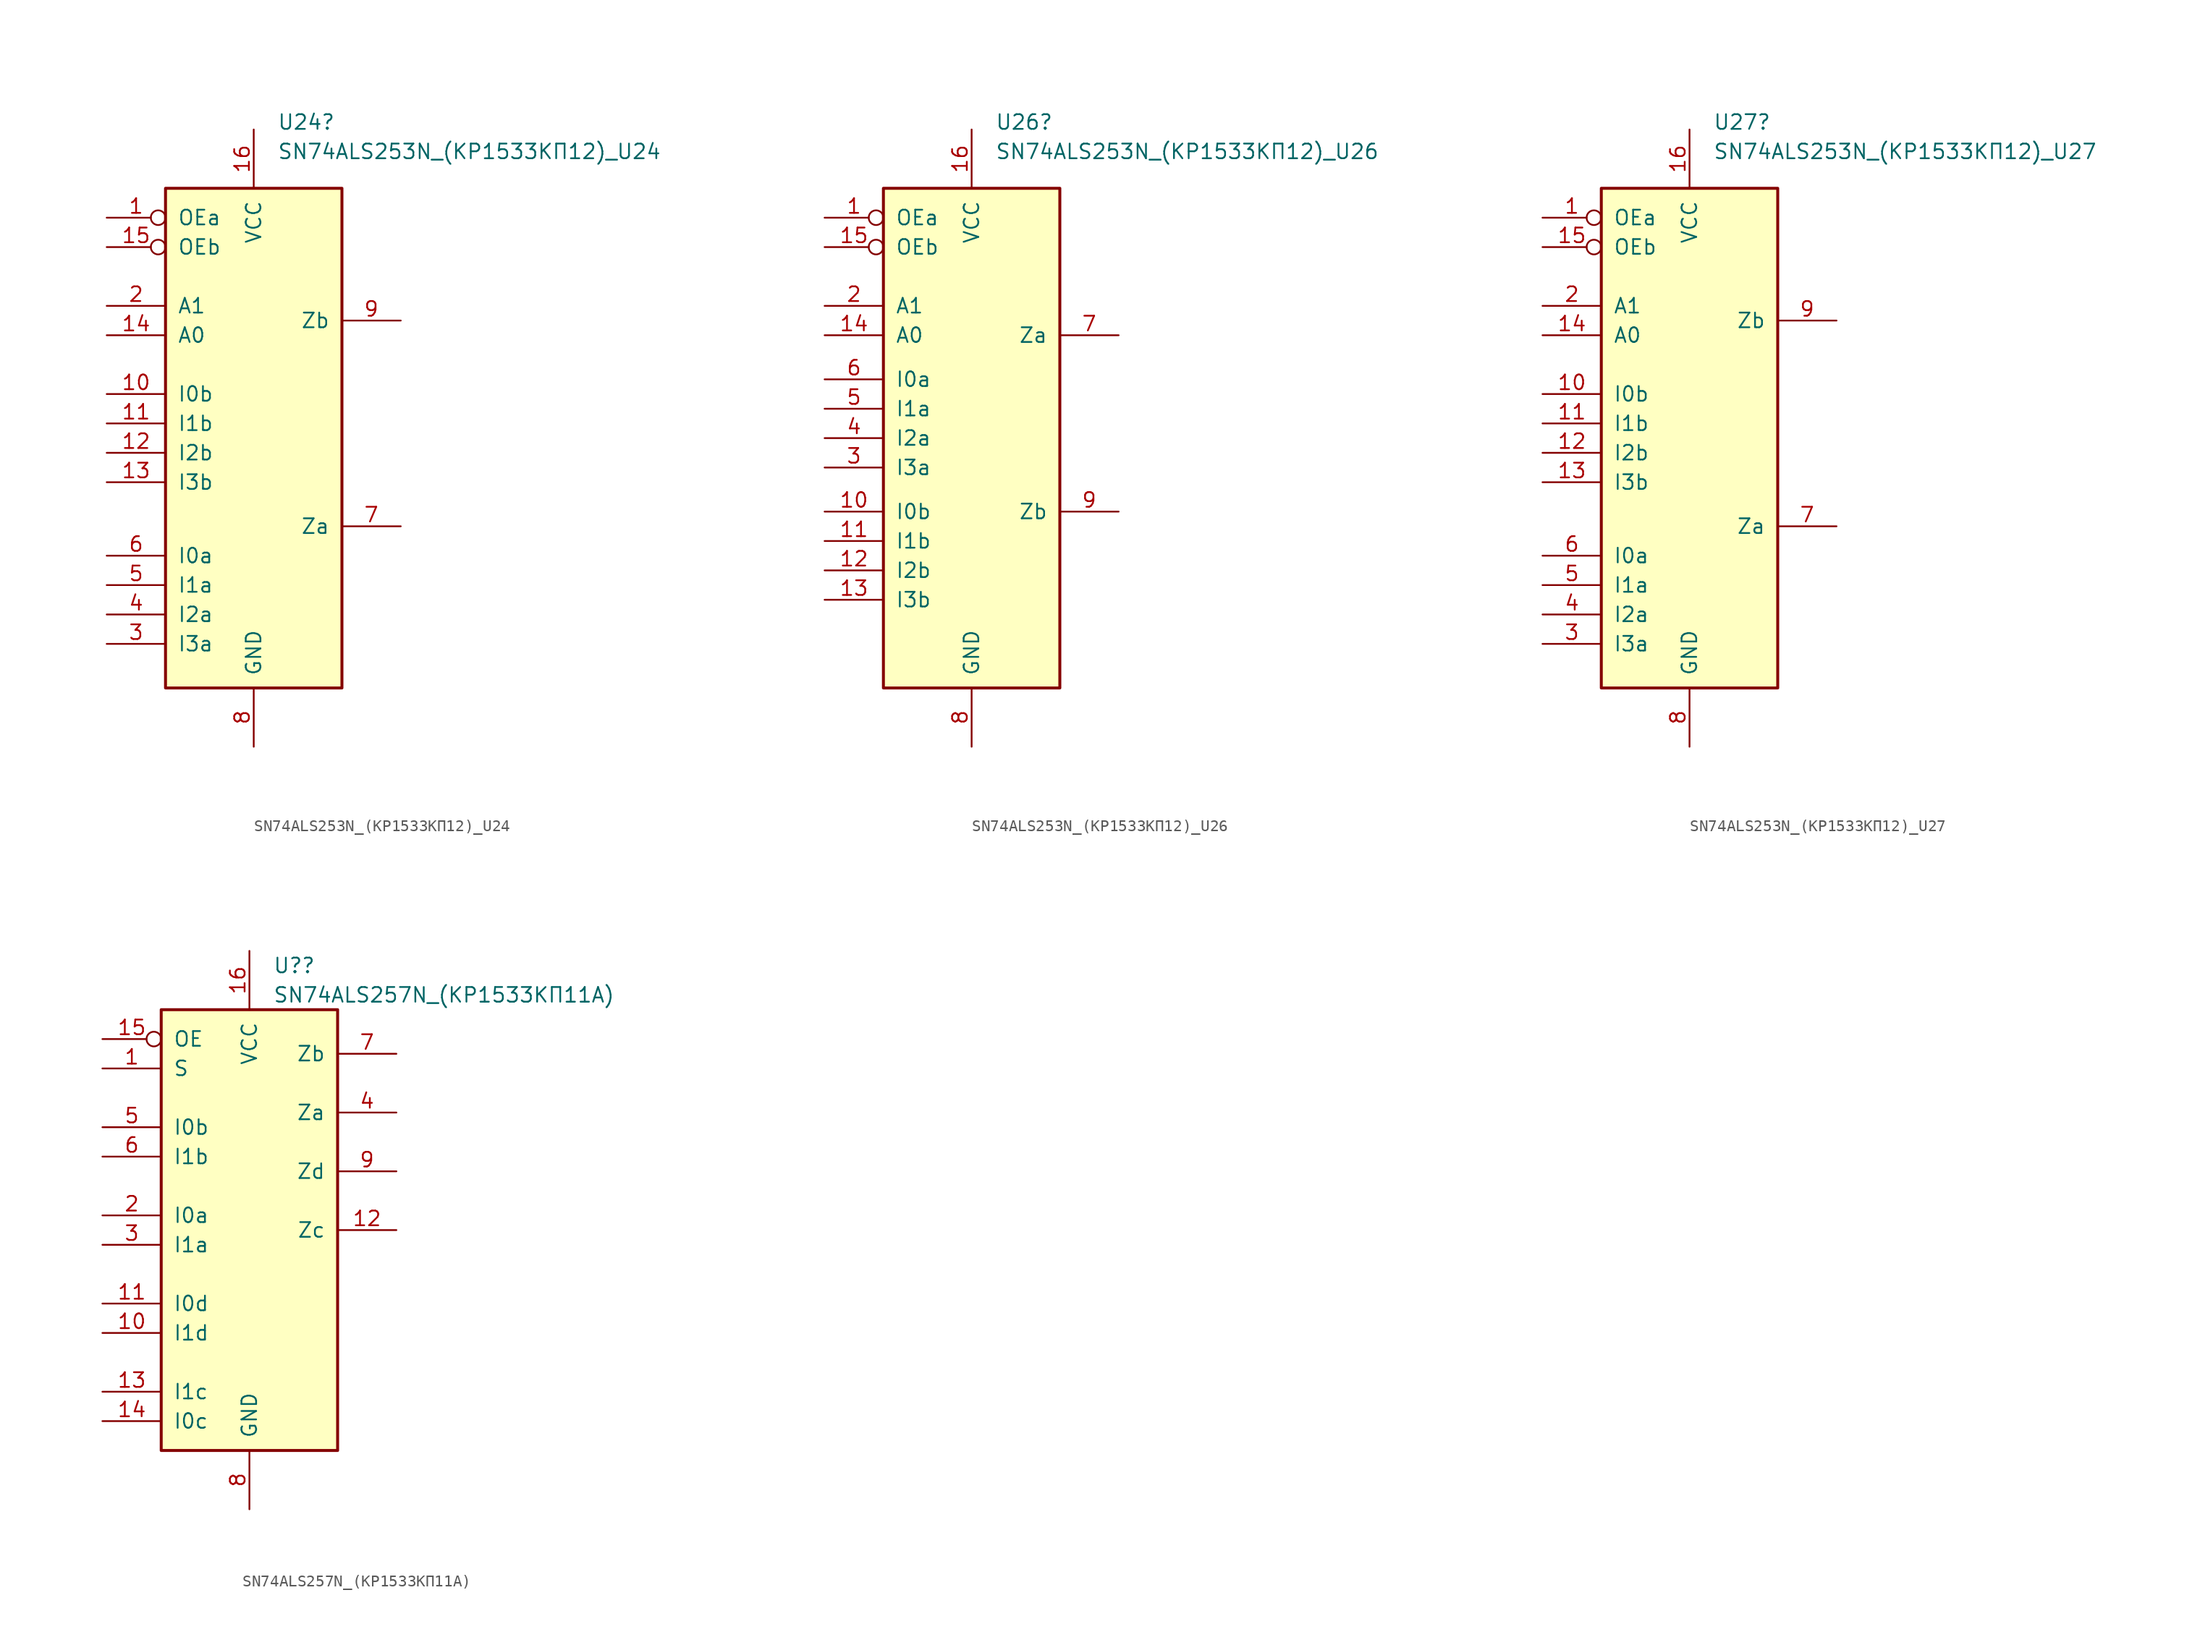
<source format=kicad_sym>
(kicad_symbol_lib
  (version 20211014)
  (generator kicad_symbol_editor)
  (symbol "SN74ALS253N_(КР1533КП12)_U24"
    (pin_names
      (offset 1.016))
    (property "Reference" "U24"
      (at 2.019 26.035 0)
      (effects (font (size 1.27 1.27)) (justify left)))
    (property "Value" "SN74ALS253N_(КР1533КП12)_U24"
      (at 2.019 23.495 0)
      (effects (font (size 1.27 1.27)) (justify left)))
    (property "ki_locked" ""
      (at 0 0 0)
      (effects (font (size 1.27 1.27))))
    (symbol "SN74ALS253N_(КР1533КП12)_U24_1_0"
      (pin input inverted (at -12.7 17.78 0) (length 5.08) (name "OEa" (effects (font (size 1.27 1.27)))) (number "1" (effects (font (size 1.27 1.27)))))
      (pin input line (at -12.7 2.54 0) (length 5.08) (name "I0b" (effects (font (size 1.27 1.27)))) (number "10" (effects (font (size 1.27 1.27)))))
      (pin input line (at -12.7 0 0) (length 5.08) (name "I1b" (effects (font (size 1.27 1.27)))) (number "11" (effects (font (size 1.27 1.27)))))
      (pin input line (at -12.7 -2.54 0) (length 5.08) (name "I2b" (effects (font (size 1.27 1.27)))) (number "12" (effects (font (size 1.27 1.27)))))
      (pin input line (at -12.7 -5.08 0) (length 5.08) (name "I3b" (effects (font (size 1.27 1.27)))) (number "13" (effects (font (size 1.27 1.27)))))
      (pin input line (at -12.7 7.62 0) (length 5.08) (name "A0" (effects (font (size 1.27 1.27)))) (number "14" (effects (font (size 1.27 1.27)))))
      (pin input inverted (at -12.7 15.24 0) (length 5.08) (name "OEb" (effects (font (size 1.27 1.27)))) (number "15" (effects (font (size 1.27 1.27)))))
      (pin power_in line (at 0 25.4 270) (length 5.08) (name "VCC" (effects (font (size 1.27 1.27)))) (number "16" (effects (font (size 1.27 1.27)))))
      (pin input line (at -12.7 10.16 0) (length 5.08) (name "A1" (effects (font (size 1.27 1.27)))) (number "2" (effects (font (size 1.27 1.27)))))
      (pin input line (at -12.7 -19.05 0) (length 5.08) (name "I3a" (effects (font (size 1.27 1.27)))) (number "3" (effects (font (size 1.27 1.27)))))
      (pin input line (at -12.7 -16.51 0) (length 5.08) (name "I2a" (effects (font (size 1.27 1.27)))) (number "4" (effects (font (size 1.27 1.27)))))
      (pin input line (at -12.7 -13.97 0) (length 5.08) (name "I1a" (effects (font (size 1.27 1.27)))) (number "5" (effects (font (size 1.27 1.27)))))
      (pin input line (at -12.7 -11.43 0) (length 5.08) (name "I0a" (effects (font (size 1.27 1.27)))) (number "6" (effects (font (size 1.27 1.27)))))
      (pin tri_state line (at 12.7 -8.89 180) (length 5.08) (name "Za" (effects (font (size 1.27 1.27)))) (number "7" (effects (font (size 1.27 1.27)))))
      (pin power_in line (at 0 -27.94 90) (length 5.08) (name "GND" (effects (font (size 1.27 1.27)))) (number "8" (effects (font (size 1.27 1.27)))))
      (pin tri_state line (at 12.7 8.89 180) (length 5.08) (name "Zb" (effects (font (size 1.27 1.27)))) (number "9" (effects (font (size 1.27 1.27))))))
    (symbol "SN74ALS253N_(КР1533КП12)_U24_1_1"
      (rectangle (start -7.62 20.32) (end 7.62 -22.86) (stroke (width 0.254) (type default) (color 0 0 0 0)) (fill (type background)))))
  (symbol "SN74ALS253N_(КР1533КП12)_U26"
    (pin_names
      (offset 1.016))
    (property "Reference" "U26"
      (at 2.019 26.035 0)
      (effects (font (size 1.27 1.27)) (justify left)))
    (property "Value" "SN74ALS253N_(КР1533КП12)_U26"
      (at 2.019 23.495 0)
      (effects (font (size 1.27 1.27)) (justify left)))
    (property "ki_locked" ""
      (at 0 0 0)
      (effects (font (size 1.27 1.27))))
    (symbol "SN74ALS253N_(КР1533КП12)_U26_1_0"
      (pin input inverted (at -12.7 17.78 0) (length 5.08) (name "OEa" (effects (font (size 1.27 1.27)))) (number "1" (effects (font (size 1.27 1.27)))))
      (pin input line (at -12.7 -7.62 0) (length 5.08) (name "I0b" (effects (font (size 1.27 1.27)))) (number "10" (effects (font (size 1.27 1.27)))))
      (pin input line (at -12.7 -10.16 0) (length 5.08) (name "I1b" (effects (font (size 1.27 1.27)))) (number "11" (effects (font (size 1.27 1.27)))))
      (pin input line (at -12.7 -12.7 0) (length 5.08) (name "I2b" (effects (font (size 1.27 1.27)))) (number "12" (effects (font (size 1.27 1.27)))))
      (pin input line (at -12.7 -15.24 0) (length 5.08) (name "I3b" (effects (font (size 1.27 1.27)))) (number "13" (effects (font (size 1.27 1.27)))))
      (pin input line (at -12.7 7.62 0) (length 5.08) (name "A0" (effects (font (size 1.27 1.27)))) (number "14" (effects (font (size 1.27 1.27)))))
      (pin input inverted (at -12.7 15.24 0) (length 5.08) (name "OEb" (effects (font (size 1.27 1.27)))) (number "15" (effects (font (size 1.27 1.27)))))
      (pin power_in line (at 0 25.4 270) (length 5.08) (name "VCC" (effects (font (size 1.27 1.27)))) (number "16" (effects (font (size 1.27 1.27)))))
      (pin input line (at -12.7 10.16 0) (length 5.08) (name "A1" (effects (font (size 1.27 1.27)))) (number "2" (effects (font (size 1.27 1.27)))))
      (pin input line (at -12.7 -3.81 0) (length 5.08) (name "I3a" (effects (font (size 1.27 1.27)))) (number "3" (effects (font (size 1.27 1.27)))))
      (pin input line (at -12.7 -1.27 0) (length 5.08) (name "I2a" (effects (font (size 1.27 1.27)))) (number "4" (effects (font (size 1.27 1.27)))))
      (pin input line (at -12.7 1.27 0) (length 5.08) (name "I1a" (effects (font (size 1.27 1.27)))) (number "5" (effects (font (size 1.27 1.27)))))
      (pin input line (at -12.7 3.81 0) (length 5.08) (name "I0a" (effects (font (size 1.27 1.27)))) (number "6" (effects (font (size 1.27 1.27)))))
      (pin tri_state line (at 12.7 7.62 180) (length 5.08) (name "Za" (effects (font (size 1.27 1.27)))) (number "7" (effects (font (size 1.27 1.27)))))
      (pin power_in line (at 0 -27.94 90) (length 5.08) (name "GND" (effects (font (size 1.27 1.27)))) (number "8" (effects (font (size 1.27 1.27)))))
      (pin tri_state line (at 12.7 -7.62 180) (length 5.08) (name "Zb" (effects (font (size 1.27 1.27)))) (number "9" (effects (font (size 1.27 1.27))))))
    (symbol "SN74ALS253N_(КР1533КП12)_U26_1_1"
      (rectangle (start -7.62 20.32) (end 7.62 -22.86) (stroke (width 0.254) (type default) (color 0 0 0 0)) (fill (type background)))))
  (symbol "SN74ALS253N_(КР1533КП12)_U27"
    (pin_names
      (offset 1.016))
    (property "Reference" "U27"
      (at 2.019 26.035 0)
      (effects (font (size 1.27 1.27)) (justify left)))
    (property "Value" "SN74ALS253N_(КР1533КП12)_U27"
      (at 2.019 23.495 0)
      (effects (font (size 1.27 1.27)) (justify left)))
    (property "ki_locked" ""
      (at 0 0 0)
      (effects (font (size 1.27 1.27))))
    (symbol "SN74ALS253N_(КР1533КП12)_U27_1_0"
      (pin input inverted (at -12.7 17.78 0) (length 5.08) (name "OEa" (effects (font (size 1.27 1.27)))) (number "1" (effects (font (size 1.27 1.27)))))
      (pin input line (at -12.7 2.54 0) (length 5.08) (name "I0b" (effects (font (size 1.27 1.27)))) (number "10" (effects (font (size 1.27 1.27)))))
      (pin input line (at -12.7 0 0) (length 5.08) (name "I1b" (effects (font (size 1.27 1.27)))) (number "11" (effects (font (size 1.27 1.27)))))
      (pin input line (at -12.7 -2.54 0) (length 5.08) (name "I2b" (effects (font (size 1.27 1.27)))) (number "12" (effects (font (size 1.27 1.27)))))
      (pin input line (at -12.7 -5.08 0) (length 5.08) (name "I3b" (effects (font (size 1.27 1.27)))) (number "13" (effects (font (size 1.27 1.27)))))
      (pin input line (at -12.7 7.62 0) (length 5.08) (name "A0" (effects (font (size 1.27 1.27)))) (number "14" (effects (font (size 1.27 1.27)))))
      (pin input inverted (at -12.7 15.24 0) (length 5.08) (name "OEb" (effects (font (size 1.27 1.27)))) (number "15" (effects (font (size 1.27 1.27)))))
      (pin power_in line (at 0 25.4 270) (length 5.08) (name "VCC" (effects (font (size 1.27 1.27)))) (number "16" (effects (font (size 1.27 1.27)))))
      (pin input line (at -12.7 10.16 0) (length 5.08) (name "A1" (effects (font (size 1.27 1.27)))) (number "2" (effects (font (size 1.27 1.27)))))
      (pin input line (at -12.7 -19.05 0) (length 5.08) (name "I3a" (effects (font (size 1.27 1.27)))) (number "3" (effects (font (size 1.27 1.27)))))
      (pin input line (at -12.7 -16.51 0) (length 5.08) (name "I2a" (effects (font (size 1.27 1.27)))) (number "4" (effects (font (size 1.27 1.27)))))
      (pin input line (at -12.7 -13.97 0) (length 5.08) (name "I1a" (effects (font (size 1.27 1.27)))) (number "5" (effects (font (size 1.27 1.27)))))
      (pin input line (at -12.7 -11.43 0) (length 5.08) (name "I0a" (effects (font (size 1.27 1.27)))) (number "6" (effects (font (size 1.27 1.27)))))
      (pin tri_state line (at 12.7 -8.89 180) (length 5.08) (name "Za" (effects (font (size 1.27 1.27)))) (number "7" (effects (font (size 1.27 1.27)))))
      (pin power_in line (at 0 -27.94 90) (length 5.08) (name "GND" (effects (font (size 1.27 1.27)))) (number "8" (effects (font (size 1.27 1.27)))))
      (pin tri_state line (at 12.7 8.89 180) (length 5.08) (name "Zb" (effects (font (size 1.27 1.27)))) (number "9" (effects (font (size 1.27 1.27))))))
    (symbol "SN74ALS253N_(КР1533КП12)_U27_1_1"
      (rectangle (start -7.62 20.32) (end 7.62 -22.86) (stroke (width 0.254) (type default) (color 0 0 0 0)) (fill (type background)))))
  (symbol "SN74ALS257N_(КР1533КП11А)"
    (pin_names
      (offset 1.016))
    (property "Reference" "U?"
      (at 2.019 21.59 0)
      (effects (font (size 1.27 1.27)) (justify left)))
    (property "Value" "SN74ALS257N_(КР1533КП11А)"
      (at 2.019 19.05 0)
      (effects (font (size 1.27 1.27)) (justify left)))
    (property "ki_locked" ""
      (at 0 0 0)
      (effects (font (size 1.27 1.27))))
    (symbol "SN74ALS257N_(КР1533КП11А)_1_0"
      (pin input line (at -12.7 12.7 0) (length 5.08) (name "S" (effects (font (size 1.27 1.27)))) (number "1" (effects (font (size 1.27 1.27)))))
      (pin input line (at -12.7 -10.16 0) (length 5.08) (name "I1d" (effects (font (size 1.27 1.27)))) (number "10" (effects (font (size 1.27 1.27)))))
      (pin input line (at -12.7 -7.62 0) (length 5.08) (name "I0d" (effects (font (size 1.27 1.27)))) (number "11" (effects (font (size 1.27 1.27)))))
      (pin tri_state line (at 12.7 -1.27 180) (length 5.08) (name "Zc" (effects (font (size 1.27 1.27)))) (number "12" (effects (font (size 1.27 1.27)))))
      (pin input line (at -12.7 -15.24 0) (length 5.08) (name "I1c" (effects (font (size 1.27 1.27)))) (number "13" (effects (font (size 1.27 1.27)))))
      (pin input line (at -12.7 -17.78 0) (length 5.08) (name "I0c" (effects (font (size 1.27 1.27)))) (number "14" (effects (font (size 1.27 1.27)))))
      (pin input inverted (at -12.7 15.24 0) (length 5.08) (name "OE" (effects (font (size 1.27 1.27)))) (number "15" (effects (font (size 1.27 1.27)))))
      (pin power_in line (at 0 22.86 270) (length 5.08) (name "VCC" (effects (font (size 1.27 1.27)))) (number "16" (effects (font (size 1.27 1.27)))))
      (pin input line (at -12.7 0 0) (length 5.08) (name "I0a" (effects (font (size 1.27 1.27)))) (number "2" (effects (font (size 1.27 1.27)))))
      (pin input line (at -12.7 -2.54 0) (length 5.08) (name "I1a" (effects (font (size 1.27 1.27)))) (number "3" (effects (font (size 1.27 1.27)))))
      (pin tri_state line (at 12.7 8.89 180) (length 5.08) (name "Za" (effects (font (size 1.27 1.27)))) (number "4" (effects (font (size 1.27 1.27)))))
      (pin input line (at -12.7 7.62 0) (length 5.08) (name "I0b" (effects (font (size 1.27 1.27)))) (number "5" (effects (font (size 1.27 1.27)))))
      (pin input line (at -12.7 5.08 0) (length 5.08) (name "I1b" (effects (font (size 1.27 1.27)))) (number "6" (effects (font (size 1.27 1.27)))))
      (pin tri_state line (at 12.7 13.97 180) (length 5.08) (name "Zb" (effects (font (size 1.27 1.27)))) (number "7" (effects (font (size 1.27 1.27)))))
      (pin power_in line (at 0 -25.4 90) (length 5.08) (name "GND" (effects (font (size 1.27 1.27)))) (number "8" (effects (font (size 1.27 1.27)))))
      (pin tri_state line (at 12.7 3.81 180) (length 5.08) (name "Zd" (effects (font (size 1.27 1.27)))) (number "9" (effects (font (size 1.27 1.27))))))
    (symbol "SN74ALS257N_(КР1533КП11А)_1_1"
      (rectangle (start -7.62 17.78) (end 7.62 -20.32) (stroke (width 0.254) (type default) (color 0 0 0 0)) (fill (type background))))))
</source>
